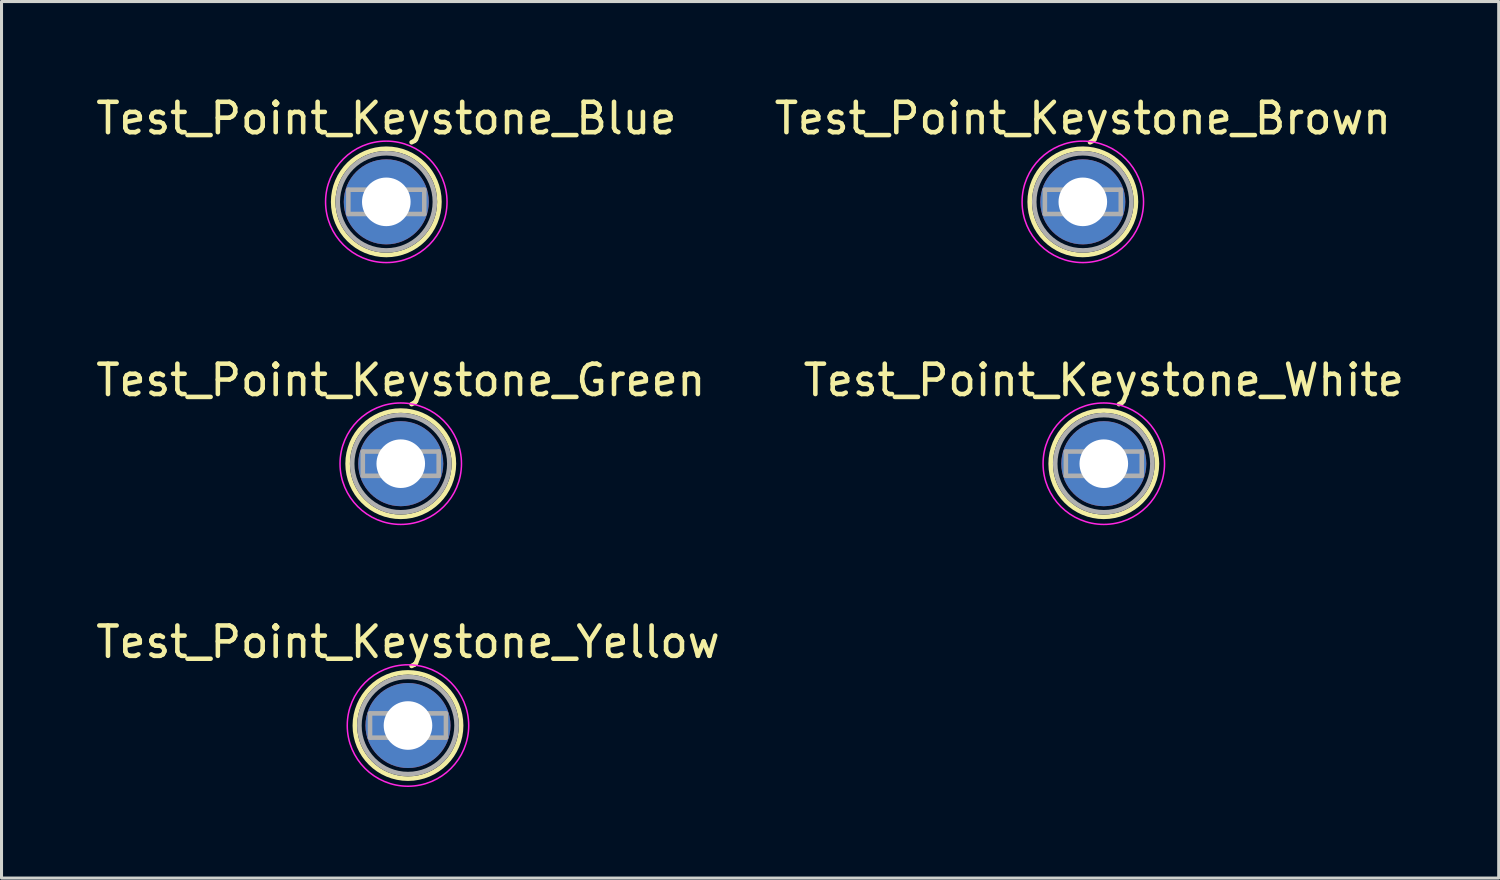
<source format=kicad_pcb>
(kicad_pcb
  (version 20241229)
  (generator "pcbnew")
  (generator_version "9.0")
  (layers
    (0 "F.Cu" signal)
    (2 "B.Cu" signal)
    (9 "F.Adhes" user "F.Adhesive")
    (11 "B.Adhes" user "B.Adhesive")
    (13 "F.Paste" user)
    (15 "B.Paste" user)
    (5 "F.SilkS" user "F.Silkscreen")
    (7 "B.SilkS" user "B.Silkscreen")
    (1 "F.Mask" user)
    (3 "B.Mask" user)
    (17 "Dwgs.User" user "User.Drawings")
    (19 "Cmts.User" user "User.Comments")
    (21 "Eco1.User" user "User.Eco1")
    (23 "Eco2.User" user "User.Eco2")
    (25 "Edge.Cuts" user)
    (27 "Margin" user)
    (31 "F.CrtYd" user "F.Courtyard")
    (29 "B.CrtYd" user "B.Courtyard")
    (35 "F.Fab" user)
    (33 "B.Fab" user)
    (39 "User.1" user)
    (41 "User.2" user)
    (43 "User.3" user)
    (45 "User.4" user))
  (footprint "Test_Point_Keystone_Yellow"
    (layer "F.Cu")
    (at 10.387 20.845)
    (property "Reference" "Test_Point_Keystone_Yellow" (at 0 -2.75 0) (layer "F.SilkS") (effects (font (size 1 1) (thickness 0.15))))
    (attr exclude_from_pos_files exclude_from_bom)
    (fp_circle (center 0 0) (end 1.75 0) (stroke (width 0.15) (type solid)) (fill no) (layer "F.SilkS"))
    (fp_circle (center 0 0) (end 2 0) (stroke (width 0.05) (type solid)) (fill no) (layer "F.CrtYd"))
    (fp_line (start -1.25 -0.4) (end 1.25 -0.4) (stroke (width 0.15) (type solid)) (layer "F.Fab"))
    (fp_line (start -1.25 0.4) (end -1.25 -0.4) (stroke (width 0.15) (type solid)) (layer "F.Fab"))
    (fp_line (start 1.25 -0.4) (end 1.25 0.4) (stroke (width 0.15) (type solid)) (layer "F.Fab"))
    (fp_line (start 1.25 0.4) (end -1.25 0.4) (stroke (width 0.15) (type solid)) (layer "F.Fab"))
    (fp_circle (center 0 0) (end 1.6 0) (stroke (width 0.15) (type solid)) (fill no) (layer "F.Fab"))
    (pad "1" thru_hole circle (at 0 0) (size 2.8 2.8) (drill 1.6) (layers "*.Cu" "*.Mask")))
  (footprint "Test_Point_Keystone_White"
    (layer "F.Cu")
    (at 33.304 12.222)
    (property "Reference" "Test_Point_Keystone_White" (at 0 -2.75 0) (layer "F.SilkS") (effects (font (size 1 1) (thickness 0.15))))
    (attr exclude_from_pos_files exclude_from_bom)
    (fp_circle (center 0 0) (end 1.75 0) (stroke (width 0.15) (type solid)) (fill no) (layer "F.SilkS"))
    (fp_circle (center 0 0) (end 2 0) (stroke (width 0.05) (type solid)) (fill no) (layer "F.CrtYd"))
    (fp_line (start -1.25 -0.4) (end 1.25 -0.4) (stroke (width 0.15) (type solid)) (layer "F.Fab"))
    (fp_line (start -1.25 0.4) (end -1.25 -0.4) (stroke (width 0.15) (type solid)) (layer "F.Fab"))
    (fp_line (start 1.25 -0.4) (end 1.25 0.4) (stroke (width 0.15) (type solid)) (layer "F.Fab"))
    (fp_line (start 1.25 0.4) (end -1.25 0.4) (stroke (width 0.15) (type solid)) (layer "F.Fab"))
    (fp_circle (center 0 0) (end 1.6 0) (stroke (width 0.15) (type solid)) (fill no) (layer "F.Fab"))
    (pad "1" thru_hole circle (at 0 0) (size 2.8 2.8) (drill 1.6) (layers "*.Cu" "*.Mask")))
  (footprint "Test_Point_Keystone_Brown"
    (layer "F.Cu")
    (at 32.613 3.598)
    (property "Reference" "Test_Point_Keystone_Brown" (at 0 -2.75 0) (layer "F.SilkS") (effects (font (size 1 1) (thickness 0.15))))
    (attr exclude_from_pos_files exclude_from_bom)
    (fp_circle (center 0 0) (end 1.75 0) (stroke (width 0.15) (type solid)) (fill no) (layer "F.SilkS"))
    (fp_circle (center 0 0) (end 2 0) (stroke (width 0.05) (type solid)) (fill no) (layer "F.CrtYd"))
    (fp_line (start -1.25 -0.4) (end 1.25 -0.4) (stroke (width 0.15) (type solid)) (layer "F.Fab"))
    (fp_line (start -1.25 0.4) (end -1.25 -0.4) (stroke (width 0.15) (type solid)) (layer "F.Fab"))
    (fp_line (start 1.25 -0.4) (end 1.25 0.4) (stroke (width 0.15) (type solid)) (layer "F.Fab"))
    (fp_line (start 1.25 0.4) (end -1.25 0.4) (stroke (width 0.15) (type solid)) (layer "F.Fab"))
    (fp_circle (center 0 0) (end 1.6 0) (stroke (width 0.15) (type solid)) (fill no) (layer "F.Fab"))
    (pad "1" thru_hole circle (at 0 0) (size 2.8 2.8) (drill 1.6) (layers "*.Cu" "*.Mask")))
  (footprint "Test_Point_Keystone_Blue"
    (layer "F.Cu")
    (at 9.673 3.598)
    (property "Reference" "Test_Point_Keystone_Blue" (at 0 -2.75 0) (layer "F.SilkS") (effects (font (size 1 1) (thickness 0.15))))
    (attr exclude_from_pos_files exclude_from_bom)
    (fp_circle (center 0 0) (end 1.75 0) (stroke (width 0.15) (type solid)) (fill no) (layer "F.SilkS"))
    (fp_circle (center 0 0) (end 2 0) (stroke (width 0.05) (type solid)) (fill no) (layer "F.CrtYd"))
    (fp_line (start -1.25 -0.4) (end 1.25 -0.4) (stroke (width 0.15) (type solid)) (layer "F.Fab"))
    (fp_line (start -1.25 0.4) (end -1.25 -0.4) (stroke (width 0.15) (type solid)) (layer "F.Fab"))
    (fp_line (start 1.25 -0.4) (end 1.25 0.4) (stroke (width 0.15) (type solid)) (layer "F.Fab"))
    (fp_line (start 1.25 0.4) (end -1.25 0.4) (stroke (width 0.15) (type solid)) (layer "F.Fab"))
    (fp_circle (center 0 0) (end 1.6 0) (stroke (width 0.15) (type solid)) (fill no) (layer "F.Fab"))
    (pad "1" thru_hole circle (at 0 0) (size 2.8 2.8) (drill 1.6) (layers "*.Cu" "*.Mask")))
  (footprint "Test_Point_Keystone_Green"
    (layer "F.Cu")
    (at 10.149 12.222)
    (property "Reference" "Test_Point_Keystone_Green" (at 0 -2.75 0) (layer "F.SilkS") (effects (font (size 1 1) (thickness 0.15))))
    (attr exclude_from_pos_files exclude_from_bom)
    (fp_circle (center 0 0) (end 1.75 0) (stroke (width 0.15) (type solid)) (fill no) (layer "F.SilkS"))
    (fp_circle (center 0 0) (end 2 0) (stroke (width 0.05) (type solid)) (fill no) (layer "F.CrtYd"))
    (fp_line (start -1.25 -0.4) (end 1.25 -0.4) (stroke (width 0.15) (type solid)) (layer "F.Fab"))
    (fp_line (start -1.25 0.4) (end -1.25 -0.4) (stroke (width 0.15) (type solid)) (layer "F.Fab"))
    (fp_line (start 1.25 -0.4) (end 1.25 0.4) (stroke (width 0.15) (type solid)) (layer "F.Fab"))
    (fp_line (start 1.25 0.4) (end -1.25 0.4) (stroke (width 0.15) (type solid)) (layer "F.Fab"))
    (fp_circle (center 0 0) (end 1.6 0) (stroke (width 0.15) (type solid)) (fill no) (layer "F.Fab"))
    (pad "1" thru_hole circle (at 0 0) (size 2.8 2.8) (drill 1.6) (layers "*.Cu" "*.Mask")))
  (gr_rect
    (start -3 -3)
    (end 46.31 25.87)
    (stroke (width 0.1) (type default))
    (fill no)
    (layer "Edge.Cuts")))
</source>
